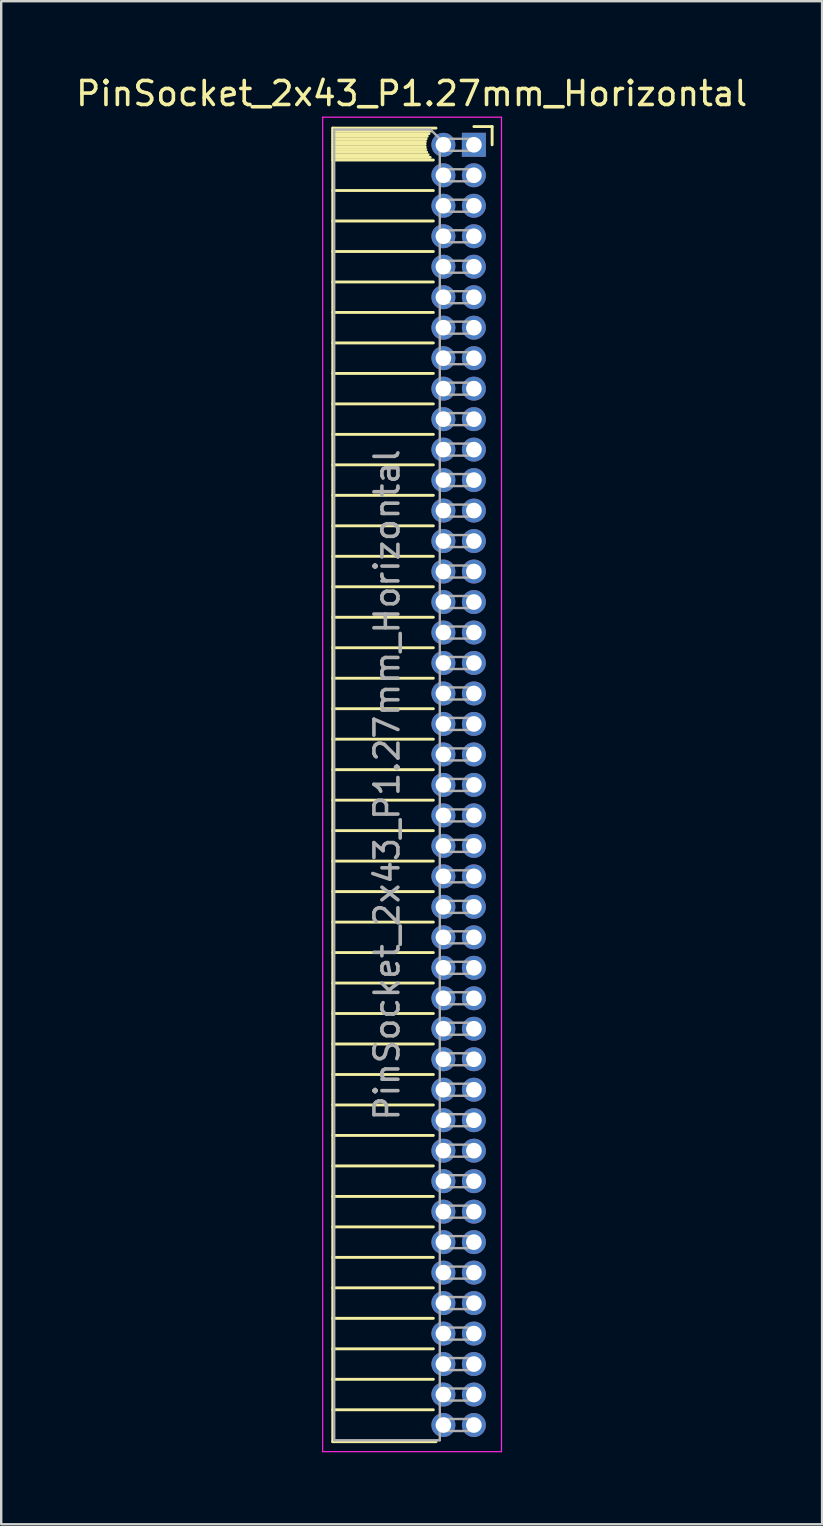
<source format=kicad_pcb>
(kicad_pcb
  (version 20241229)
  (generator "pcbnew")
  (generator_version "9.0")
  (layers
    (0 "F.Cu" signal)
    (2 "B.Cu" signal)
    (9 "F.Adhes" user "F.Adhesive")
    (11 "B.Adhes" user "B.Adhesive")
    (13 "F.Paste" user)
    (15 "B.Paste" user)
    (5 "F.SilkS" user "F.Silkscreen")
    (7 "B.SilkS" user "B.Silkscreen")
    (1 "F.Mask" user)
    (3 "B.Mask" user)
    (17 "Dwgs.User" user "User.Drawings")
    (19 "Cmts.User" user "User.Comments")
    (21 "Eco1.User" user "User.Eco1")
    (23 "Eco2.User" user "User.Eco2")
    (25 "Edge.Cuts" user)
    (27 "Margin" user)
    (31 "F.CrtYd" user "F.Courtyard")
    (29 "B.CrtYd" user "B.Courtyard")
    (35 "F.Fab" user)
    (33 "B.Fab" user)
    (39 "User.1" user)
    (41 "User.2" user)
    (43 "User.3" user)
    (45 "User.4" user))
  (footprint "PinSocket_2x43_P1.27mm_Horizontal"
    (layer "F.Cu")
    (at 16.694 2.983)
    (property "Reference" "PinSocket_2x43_P1.27mm_Horizontal" (at -2.592 -2.135 0) (layer "F.SilkS") (effects (font (size 1 1) (thickness 0.15))))
    (attr through_hole)
    (fp_line (start -5.88 -0.695) (end -5.88 54.035) (stroke (width 0.12) (type solid)) (layer "F.SilkS"))
    (fp_line (start -5.88 -0.695) (end -1.578 -0.695) (stroke (width 0.12) (type solid)) (layer "F.SilkS"))
    (fp_line (start -5.88 -0.575) (end -1.767 -0.575) (stroke (width 0.12) (type solid)) (layer "F.SilkS"))
    (fp_line (start -5.88 -0.465) (end -1.871 -0.465) (stroke (width 0.12) (type solid)) (layer "F.SilkS"))
    (fp_line (start -5.88 -0.355) (end -1.942 -0.355) (stroke (width 0.12) (type solid)) (layer "F.SilkS"))
    (fp_line (start -5.88 -0.245) (end -1.989 -0.245) (stroke (width 0.12) (type solid)) (layer "F.SilkS"))
    (fp_line (start -5.88 -0.135) (end -2.018 -0.135) (stroke (width 0.12) (type solid)) (layer "F.SilkS"))
    (fp_line (start -5.88 -0.025) (end -2.03 -0.025) (stroke (width 0.12) (type solid)) (layer "F.SilkS"))
    (fp_line (start -5.88 0.085) (end -2.025 0.085) (stroke (width 0.12) (type solid)) (layer "F.SilkS"))
    (fp_line (start -5.88 0.195) (end -2.005 0.195) (stroke (width 0.12) (type solid)) (layer "F.SilkS"))
    (fp_line (start -5.88 0.305) (end -1.966 0.305) (stroke (width 0.12) (type solid)) (layer "F.SilkS"))
    (fp_line (start -5.88 0.415) (end -1.907 0.415) (stroke (width 0.12) (type solid)) (layer "F.SilkS"))
    (fp_line (start -5.88 0.525) (end -1.82 0.525) (stroke (width 0.12) (type solid)) (layer "F.SilkS"))
    (fp_line (start -5.88 0.635) (end -1.688 0.635) (stroke (width 0.12) (type solid)) (layer "F.SilkS"))
    (fp_line (start -5.88 1.905) (end -1.688 1.905) (stroke (width 0.12) (type solid)) (layer "F.SilkS"))
    (fp_line (start -5.88 3.175) (end -1.688 3.175) (stroke (width 0.12) (type solid)) (layer "F.SilkS"))
    (fp_line (start -5.88 4.445) (end -1.688 4.445) (stroke (width 0.12) (type solid)) (layer "F.SilkS"))
    (fp_line (start -5.88 5.715) (end -1.688 5.715) (stroke (width 0.12) (type solid)) (layer "F.SilkS"))
    (fp_line (start -5.88 6.985) (end -1.688 6.985) (stroke (width 0.12) (type solid)) (layer "F.SilkS"))
    (fp_line (start -5.88 8.255) (end -1.688 8.255) (stroke (width 0.12) (type solid)) (layer "F.SilkS"))
    (fp_line (start -5.88 9.525) (end -1.688 9.525) (stroke (width 0.12) (type solid)) (layer "F.SilkS"))
    (fp_line (start -5.88 10.795) (end -1.688 10.795) (stroke (width 0.12) (type solid)) (layer "F.SilkS"))
    (fp_line (start -5.88 12.065) (end -1.688 12.065) (stroke (width 0.12) (type solid)) (layer "F.SilkS"))
    (fp_line (start -5.88 13.335) (end -1.688 13.335) (stroke (width 0.12) (type solid)) (layer "F.SilkS"))
    (fp_line (start -5.88 14.605) (end -1.688 14.605) (stroke (width 0.12) (type solid)) (layer "F.SilkS"))
    (fp_line (start -5.88 15.875) (end -1.688 15.875) (stroke (width 0.12) (type solid)) (layer "F.SilkS"))
    (fp_line (start -5.88 17.145) (end -1.688 17.145) (stroke (width 0.12) (type solid)) (layer "F.SilkS"))
    (fp_line (start -5.88 18.415) (end -1.688 18.415) (stroke (width 0.12) (type solid)) (layer "F.SilkS"))
    (fp_line (start -5.88 19.685) (end -1.688 19.685) (stroke (width 0.12) (type solid)) (layer "F.SilkS"))
    (fp_line (start -5.88 20.955) (end -1.688 20.955) (stroke (width 0.12) (type solid)) (layer "F.SilkS"))
    (fp_line (start -5.88 22.225) (end -1.688 22.225) (stroke (width 0.12) (type solid)) (layer "F.SilkS"))
    (fp_line (start -5.88 23.495) (end -1.688 23.495) (stroke (width 0.12) (type solid)) (layer "F.SilkS"))
    (fp_line (start -5.88 24.765) (end -1.688 24.765) (stroke (width 0.12) (type solid)) (layer "F.SilkS"))
    (fp_line (start -5.88 26.035) (end -1.688 26.035) (stroke (width 0.12) (type solid)) (layer "F.SilkS"))
    (fp_line (start -5.88 27.305) (end -1.688 27.305) (stroke (width 0.12) (type solid)) (layer "F.SilkS"))
    (fp_line (start -5.88 28.575) (end -1.688 28.575) (stroke (width 0.12) (type solid)) (layer "F.SilkS"))
    (fp_line (start -5.88 29.845) (end -1.688 29.845) (stroke (width 0.12) (type solid)) (layer "F.SilkS"))
    (fp_line (start -5.88 31.115) (end -1.688 31.115) (stroke (width 0.12) (type solid)) (layer "F.SilkS"))
    (fp_line (start -5.88 32.385) (end -1.688 32.385) (stroke (width 0.12) (type solid)) (layer "F.SilkS"))
    (fp_line (start -5.88 33.655) (end -1.688 33.655) (stroke (width 0.12) (type solid)) (layer "F.SilkS"))
    (fp_line (start -5.88 34.925) (end -1.688 34.925) (stroke (width 0.12) (type solid)) (layer "F.SilkS"))
    (fp_line (start -5.88 36.195) (end -1.688 36.195) (stroke (width 0.12) (type solid)) (layer "F.SilkS"))
    (fp_line (start -5.88 37.465) (end -1.688 37.465) (stroke (width 0.12) (type solid)) (layer "F.SilkS"))
    (fp_line (start -5.88 38.735) (end -1.688 38.735) (stroke (width 0.12) (type solid)) (layer "F.SilkS"))
    (fp_line (start -5.88 40.005) (end -1.688 40.005) (stroke (width 0.12) (type solid)) (layer "F.SilkS"))
    (fp_line (start -5.88 41.275) (end -1.688 41.275) (stroke (width 0.12) (type solid)) (layer "F.SilkS"))
    (fp_line (start -5.88 42.545) (end -1.688 42.545) (stroke (width 0.12) (type solid)) (layer "F.SilkS"))
    (fp_line (start -5.88 43.815) (end -1.688 43.815) (stroke (width 0.12) (type solid)) (layer "F.SilkS"))
    (fp_line (start -5.88 45.085) (end -1.688 45.085) (stroke (width 0.12) (type solid)) (layer "F.SilkS"))
    (fp_line (start -5.88 46.355) (end -1.688 46.355) (stroke (width 0.12) (type solid)) (layer "F.SilkS"))
    (fp_line (start -5.88 47.625) (end -1.688 47.625) (stroke (width 0.12) (type solid)) (layer "F.SilkS"))
    (fp_line (start -5.88 48.895) (end -1.688 48.895) (stroke (width 0.12) (type solid)) (layer "F.SilkS"))
    (fp_line (start -5.88 50.165) (end -1.688 50.165) (stroke (width 0.12) (type solid)) (layer "F.SilkS"))
    (fp_line (start -5.88 51.435) (end -1.688 51.435) (stroke (width 0.12) (type solid)) (layer "F.SilkS"))
    (fp_line (start -5.88 52.705) (end -1.688 52.705) (stroke (width 0.12) (type solid)) (layer "F.SilkS"))
    (fp_line (start -5.88 54.035) (end -1.578 54.035) (stroke (width 0.12) (type solid)) (layer "F.SilkS"))
    (fp_line (start 0 -0.76) (end 0.76 -0.76) (stroke (width 0.12) (type solid)) (layer "F.SilkS"))
    (fp_line (start 0.76 -0.76) (end 0.76 0) (stroke (width 0.12) (type solid)) (layer "F.SilkS"))
    (fp_line (start -6.3 -1.15) (end -6.3 54.45) (stroke (width 0.05) (type solid)) (layer "F.CrtYd"))
    (fp_line (start -6.3 54.45) (end 1.15 54.45) (stroke (width 0.05) (type solid)) (layer "F.CrtYd"))
    (fp_line (start 1.15 -1.15) (end -6.3 -1.15) (stroke (width 0.05) (type solid)) (layer "F.CrtYd"))
    (fp_line (start 1.15 54.45) (end 1.15 -1.15) (stroke (width 0.05) (type solid)) (layer "F.CrtYd"))
    (fp_line (start -5.82 -0.635) (end -1.805 -0.635) (stroke (width 0.1) (type solid)) (layer "F.Fab"))
    (fp_line (start -5.82 53.975) (end -5.82 -0.635) (stroke (width 0.1) (type solid)) (layer "F.Fab"))
    (fp_line (start -1.805 -0.635) (end -1.42 -0.25) (stroke (width 0.1) (type solid)) (layer "F.Fab"))
    (fp_line (start -1.42 -0.25) (end -1.42 53.975) (stroke (width 0.1) (type solid)) (layer "F.Fab"))
    (fp_line (start -1.42 0.25) (end 0 0.25) (stroke (width 0.1) (type solid)) (layer "F.Fab"))
    (fp_line (start -1.42 1.52) (end 0 1.52) (stroke (width 0.1) (type solid)) (layer "F.Fab"))
    (fp_line (start -1.42 2.79) (end 0 2.79) (stroke (width 0.1) (type solid)) (layer "F.Fab"))
    (fp_line (start -1.42 4.06) (end 0 4.06) (stroke (width 0.1) (type solid)) (layer "F.Fab"))
    (fp_line (start -1.42 5.33) (end 0 5.33) (stroke (width 0.1) (type solid)) (layer "F.Fab"))
    (fp_line (start -1.42 6.6) (end 0 6.6) (stroke (width 0.1) (type solid)) (layer "F.Fab"))
    (fp_line (start -1.42 7.87) (end 0 7.87) (stroke (width 0.1) (type solid)) (layer "F.Fab"))
    (fp_line (start -1.42 9.14) (end 0 9.14) (stroke (width 0.1) (type solid)) (layer "F.Fab"))
    (fp_line (start -1.42 10.41) (end 0 10.41) (stroke (width 0.1) (type solid)) (layer "F.Fab"))
    (fp_line (start -1.42 11.68) (end 0 11.68) (stroke (width 0.1) (type solid)) (layer "F.Fab"))
    (fp_line (start -1.42 12.95) (end 0 12.95) (stroke (width 0.1) (type solid)) (layer "F.Fab"))
    (fp_line (start -1.42 14.22) (end 0 14.22) (stroke (width 0.1) (type solid)) (layer "F.Fab"))
    (fp_line (start -1.42 15.49) (end 0 15.49) (stroke (width 0.1) (type solid)) (layer "F.Fab"))
    (fp_line (start -1.42 16.76) (end 0 16.76) (stroke (width 0.1) (type solid)) (layer "F.Fab"))
    (fp_line (start -1.42 18.03) (end 0 18.03) (stroke (width 0.1) (type solid)) (layer "F.Fab"))
    (fp_line (start -1.42 19.3) (end 0 19.3) (stroke (width 0.1) (type solid)) (layer "F.Fab"))
    (fp_line (start -1.42 20.57) (end 0 20.57) (stroke (width 0.1) (type solid)) (layer "F.Fab"))
    (fp_line (start -1.42 21.84) (end 0 21.84) (stroke (width 0.1) (type solid)) (layer "F.Fab"))
    (fp_line (start -1.42 23.11) (end 0 23.11) (stroke (width 0.1) (type solid)) (layer "F.Fab"))
    (fp_line (start -1.42 24.38) (end 0 24.38) (stroke (width 0.1) (type solid)) (layer "F.Fab"))
    (fp_line (start -1.42 25.65) (end 0 25.65) (stroke (width 0.1) (type solid)) (layer "F.Fab"))
    (fp_line (start -1.42 26.92) (end 0 26.92) (stroke (width 0.1) (type solid)) (layer "F.Fab"))
    (fp_line (start -1.42 28.19) (end 0 28.19) (stroke (width 0.1) (type solid)) (layer "F.Fab"))
    (fp_line (start -1.42 29.46) (end 0 29.46) (stroke (width 0.1) (type solid)) (layer "F.Fab"))
    (fp_line (start -1.42 30.73) (end 0 30.73) (stroke (width 0.1) (type solid)) (layer "F.Fab"))
    (fp_line (start -1.42 32) (end 0 32) (stroke (width 0.1) (type solid)) (layer "F.Fab"))
    (fp_line (start -1.42 33.27) (end 0 33.27) (stroke (width 0.1) (type solid)) (layer "F.Fab"))
    (fp_line (start -1.42 34.54) (end 0 34.54) (stroke (width 0.1) (type solid)) (layer "F.Fab"))
    (fp_line (start -1.42 35.81) (end 0 35.81) (stroke (width 0.1) (type solid)) (layer "F.Fab"))
    (fp_line (start -1.42 37.08) (end 0 37.08) (stroke (width 0.1) (type solid)) (layer "F.Fab"))
    (fp_line (start -1.42 38.35) (end 0 38.35) (stroke (width 0.1) (type solid)) (layer "F.Fab"))
    (fp_line (start -1.42 39.62) (end 0 39.62) (stroke (width 0.1) (type solid)) (layer "F.Fab"))
    (fp_line (start -1.42 40.89) (end 0 40.89) (stroke (width 0.1) (type solid)) (layer "F.Fab"))
    (fp_line (start -1.42 42.16) (end 0 42.16) (stroke (width 0.1) (type solid)) (layer "F.Fab"))
    (fp_line (start -1.42 43.43) (end 0 43.43) (stroke (width 0.1) (type solid)) (layer "F.Fab"))
    (fp_line (start -1.42 44.7) (end 0 44.7) (stroke (width 0.1) (type solid)) (layer "F.Fab"))
    (fp_line (start -1.42 45.97) (end 0 45.97) (stroke (width 0.1) (type solid)) (layer "F.Fab"))
    (fp_line (start -1.42 47.24) (end 0 47.24) (stroke (width 0.1) (type solid)) (layer "F.Fab"))
    (fp_line (start -1.42 48.51) (end 0 48.51) (stroke (width 0.1) (type solid)) (layer "F.Fab"))
    (fp_line (start -1.42 49.78) (end 0 49.78) (stroke (width 0.1) (type solid)) (layer "F.Fab"))
    (fp_line (start -1.42 51.05) (end 0 51.05) (stroke (width 0.1) (type solid)) (layer "F.Fab"))
    (fp_line (start -1.42 52.32) (end 0 52.32) (stroke (width 0.1) (type solid)) (layer "F.Fab"))
    (fp_line (start -1.42 53.59) (end 0 53.59) (stroke (width 0.1) (type solid)) (layer "F.Fab"))
    (fp_line (start -1.42 53.975) (end -5.82 53.975) (stroke (width 0.1) (type solid)) (layer "F.Fab"))
    (fp_line (start 0 -0.25) (end -1.42 -0.25) (stroke (width 0.1) (type solid)) (layer "F.Fab"))
    (fp_line (start 0 0.25) (end 0 -0.25) (stroke (width 0.1) (type solid)) (layer "F.Fab"))
    (fp_line (start 0 1.02) (end -1.42 1.02) (stroke (width 0.1) (type solid)) (layer "F.Fab"))
    (fp_line (start 0 1.52) (end 0 1.02) (stroke (width 0.1) (type solid)) (layer "F.Fab"))
    (fp_line (start 0 2.29) (end -1.42 2.29) (stroke (width 0.1) (type solid)) (layer "F.Fab"))
    (fp_line (start 0 2.79) (end 0 2.29) (stroke (width 0.1) (type solid)) (layer "F.Fab"))
    (fp_line (start 0 3.56) (end -1.42 3.56) (stroke (width 0.1) (type solid)) (layer "F.Fab"))
    (fp_line (start 0 4.06) (end 0 3.56) (stroke (width 0.1) (type solid)) (layer "F.Fab"))
    (fp_line (start 0 4.83) (end -1.42 4.83) (stroke (width 0.1) (type solid)) (layer "F.Fab"))
    (fp_line (start 0 5.33) (end 0 4.83) (stroke (width 0.1) (type solid)) (layer "F.Fab"))
    (fp_line (start 0 6.1) (end -1.42 6.1) (stroke (width 0.1) (type solid)) (layer "F.Fab"))
    (fp_line (start 0 6.6) (end 0 6.1) (stroke (width 0.1) (type solid)) (layer "F.Fab"))
    (fp_line (start 0 7.37) (end -1.42 7.37) (stroke (width 0.1) (type solid)) (layer "F.Fab"))
    (fp_line (start 0 7.87) (end 0 7.37) (stroke (width 0.1) (type solid)) (layer "F.Fab"))
    (fp_line (start 0 8.64) (end -1.42 8.64) (stroke (width 0.1) (type solid)) (layer "F.Fab"))
    (fp_line (start 0 9.14) (end 0 8.64) (stroke (width 0.1) (type solid)) (layer "F.Fab"))
    (fp_line (start 0 9.91) (end -1.42 9.91) (stroke (width 0.1) (type solid)) (layer "F.Fab"))
    (fp_line (start 0 10.41) (end 0 9.91) (stroke (width 0.1) (type solid)) (layer "F.Fab"))
    (fp_line (start 0 11.18) (end -1.42 11.18) (stroke (width 0.1) (type solid)) (layer "F.Fab"))
    (fp_line (start 0 11.68) (end 0 11.18) (stroke (width 0.1) (type solid)) (layer "F.Fab"))
    (fp_line (start 0 12.45) (end -1.42 12.45) (stroke (width 0.1) (type solid)) (layer "F.Fab"))
    (fp_line (start 0 12.95) (end 0 12.45) (stroke (width 0.1) (type solid)) (layer "F.Fab"))
    (fp_line (start 0 13.72) (end -1.42 13.72) (stroke (width 0.1) (type solid)) (layer "F.Fab"))
    (fp_line (start 0 14.22) (end 0 13.72) (stroke (width 0.1) (type solid)) (layer "F.Fab"))
    (fp_line (start 0 14.99) (end -1.42 14.99) (stroke (width 0.1) (type solid)) (layer "F.Fab"))
    (fp_line (start 0 15.49) (end 0 14.99) (stroke (width 0.1) (type solid)) (layer "F.Fab"))
    (fp_line (start 0 16.26) (end -1.42 16.26) (stroke (width 0.1) (type solid)) (layer "F.Fab"))
    (fp_line (start 0 16.76) (end 0 16.26) (stroke (width 0.1) (type solid)) (layer "F.Fab"))
    (fp_line (start 0 17.53) (end -1.42 17.53) (stroke (width 0.1) (type solid)) (layer "F.Fab"))
    (fp_line (start 0 18.03) (end 0 17.53) (stroke (width 0.1) (type solid)) (layer "F.Fab"))
    (fp_line (start 0 18.8) (end -1.42 18.8) (stroke (width 0.1) (type solid)) (layer "F.Fab"))
    (fp_line (start 0 19.3) (end 0 18.8) (stroke (width 0.1) (type solid)) (layer "F.Fab"))
    (fp_line (start 0 20.07) (end -1.42 20.07) (stroke (width 0.1) (type solid)) (layer "F.Fab"))
    (fp_line (start 0 20.57) (end 0 20.07) (stroke (width 0.1) (type solid)) (layer "F.Fab"))
    (fp_line (start 0 21.34) (end -1.42 21.34) (stroke (width 0.1) (type solid)) (layer "F.Fab"))
    (fp_line (start 0 21.84) (end 0 21.34) (stroke (width 0.1) (type solid)) (layer "F.Fab"))
    (fp_line (start 0 22.61) (end -1.42 22.61) (stroke (width 0.1) (type solid)) (layer "F.Fab"))
    (fp_line (start 0 23.11) (end 0 22.61) (stroke (width 0.1) (type solid)) (layer "F.Fab"))
    (fp_line (start 0 23.88) (end -1.42 23.88) (stroke (width 0.1) (type solid)) (layer "F.Fab"))
    (fp_line (start 0 24.38) (end 0 23.88) (stroke (width 0.1) (type solid)) (layer "F.Fab"))
    (fp_line (start 0 25.15) (end -1.42 25.15) (stroke (width 0.1) (type solid)) (layer "F.Fab"))
    (fp_line (start 0 25.65) (end 0 25.15) (stroke (width 0.1) (type solid)) (layer "F.Fab"))
    (fp_line (start 0 26.42) (end -1.42 26.42) (stroke (width 0.1) (type solid)) (layer "F.Fab"))
    (fp_line (start 0 26.92) (end 0 26.42) (stroke (width 0.1) (type solid)) (layer "F.Fab"))
    (fp_line (start 0 27.69) (end -1.42 27.69) (stroke (width 0.1) (type solid)) (layer "F.Fab"))
    (fp_line (start 0 28.19) (end 0 27.69) (stroke (width 0.1) (type solid)) (layer "F.Fab"))
    (fp_line (start 0 28.96) (end -1.42 28.96) (stroke (width 0.1) (type solid)) (layer "F.Fab"))
    (fp_line (start 0 29.46) (end 0 28.96) (stroke (width 0.1) (type solid)) (layer "F.Fab"))
    (fp_line (start 0 30.23) (end -1.42 30.23) (stroke (width 0.1) (type solid)) (layer "F.Fab"))
    (fp_line (start 0 30.73) (end 0 30.23) (stroke (width 0.1) (type solid)) (layer "F.Fab"))
    (fp_line (start 0 31.5) (end -1.42 31.5) (stroke (width 0.1) (type solid)) (layer "F.Fab"))
    (fp_line (start 0 32) (end 0 31.5) (stroke (width 0.1) (type solid)) (layer "F.Fab"))
    (fp_line (start 0 32.77) (end -1.42 32.77) (stroke (width 0.1) (type solid)) (layer "F.Fab"))
    (fp_line (start 0 33.27) (end 0 32.77) (stroke (width 0.1) (type solid)) (layer "F.Fab"))
    (fp_line (start 0 34.04) (end -1.42 34.04) (stroke (width 0.1) (type solid)) (layer "F.Fab"))
    (fp_line (start 0 34.54) (end 0 34.04) (stroke (width 0.1) (type solid)) (layer "F.Fab"))
    (fp_line (start 0 35.31) (end -1.42 35.31) (stroke (width 0.1) (type solid)) (layer "F.Fab"))
    (fp_line (start 0 35.81) (end 0 35.31) (stroke (width 0.1) (type solid)) (layer "F.Fab"))
    (fp_line (start 0 36.58) (end -1.42 36.58) (stroke (width 0.1) (type solid)) (layer "F.Fab"))
    (fp_line (start 0 37.08) (end 0 36.58) (stroke (width 0.1) (type solid)) (layer "F.Fab"))
    (fp_line (start 0 37.85) (end -1.42 37.85) (stroke (width 0.1) (type solid)) (layer "F.Fab"))
    (fp_line (start 0 38.35) (end 0 37.85) (stroke (width 0.1) (type solid)) (layer "F.Fab"))
    (fp_line (start 0 39.12) (end -1.42 39.12) (stroke (width 0.1) (type solid)) (layer "F.Fab"))
    (fp_line (start 0 39.62) (end 0 39.12) (stroke (width 0.1) (type solid)) (layer "F.Fab"))
    (fp_line (start 0 40.39) (end -1.42 40.39) (stroke (width 0.1) (type solid)) (layer "F.Fab"))
    (fp_line (start 0 40.89) (end 0 40.39) (stroke (width 0.1) (type solid)) (layer "F.Fab"))
    (fp_line (start 0 41.66) (end -1.42 41.66) (stroke (width 0.1) (type solid)) (layer "F.Fab"))
    (fp_line (start 0 42.16) (end 0 41.66) (stroke (width 0.1) (type solid)) (layer "F.Fab"))
    (fp_line (start 0 42.93) (end -1.42 42.93) (stroke (width 0.1) (type solid)) (layer "F.Fab"))
    (fp_line (start 0 43.43) (end 0 42.93) (stroke (width 0.1) (type solid)) (layer "F.Fab"))
    (fp_line (start 0 44.2) (end -1.42 44.2) (stroke (width 0.1) (type solid)) (layer "F.Fab"))
    (fp_line (start 0 44.7) (end 0 44.2) (stroke (width 0.1) (type solid)) (layer "F.Fab"))
    (fp_line (start 0 45.47) (end -1.42 45.47) (stroke (width 0.1) (type solid)) (layer "F.Fab"))
    (fp_line (start 0 45.97) (end 0 45.47) (stroke (width 0.1) (type solid)) (layer "F.Fab"))
    (fp_line (start 0 46.74) (end -1.42 46.74) (stroke (width 0.1) (type solid)) (layer "F.Fab"))
    (fp_line (start 0 47.24) (end 0 46.74) (stroke (width 0.1) (type solid)) (layer "F.Fab"))
    (fp_line (start 0 48.01) (end -1.42 48.01) (stroke (width 0.1) (type solid)) (layer "F.Fab"))
    (fp_line (start 0 48.51) (end 0 48.01) (stroke (width 0.1) (type solid)) (layer "F.Fab"))
    (fp_line (start 0 49.28) (end -1.42 49.28) (stroke (width 0.1) (type solid)) (layer "F.Fab"))
    (fp_line (start 0 49.78) (end 0 49.28) (stroke (width 0.1) (type solid)) (layer "F.Fab"))
    (fp_line (start 0 50.55) (end -1.42 50.55) (stroke (width 0.1) (type solid)) (layer "F.Fab"))
    (fp_line (start 0 51.05) (end 0 50.55) (stroke (width 0.1) (type solid)) (layer "F.Fab"))
    (fp_line (start 0 51.82) (end -1.42 51.82) (stroke (width 0.1) (type solid)) (layer "F.Fab"))
    (fp_line (start 0 52.32) (end 0 51.82) (stroke (width 0.1) (type solid)) (layer "F.Fab"))
    (fp_line (start 0 53.09) (end -1.42 53.09) (stroke (width 0.1) (type solid)) (layer "F.Fab"))
    (fp_line (start 0 53.59) (end 0 53.09) (stroke (width 0.1) (type solid)) (layer "F.Fab"))
    (fp_text user "${REFERENCE}" (at -3.62 26.67 90) (layer "F.Fab") (effects (font (size 1 1) (thickness 0.15))))
    (pad "1" thru_hole rect (at 0 0) (size 1 1) (drill 0.65) (layers "*.Cu" "*.Mask"))
    (pad "2" thru_hole circle (at -1.27 0) (size 1 1) (drill 0.65) (layers "*.Cu" "*.Mask"))
    (pad "3" thru_hole circle (at 0 1.27) (size 1 1) (drill 0.65) (layers "*.Cu" "*.Mask"))
    (pad "4" thru_hole circle (at -1.27 1.27) (size 1 1) (drill 0.65) (layers "*.Cu" "*.Mask"))
    (pad "5" thru_hole circle (at 0 2.54) (size 1 1) (drill 0.65) (layers "*.Cu" "*.Mask"))
    (pad "6" thru_hole circle (at -1.27 2.54) (size 1 1) (drill 0.65) (layers "*.Cu" "*.Mask"))
    (pad "7" thru_hole circle (at 0 3.81) (size 1 1) (drill 0.65) (layers "*.Cu" "*.Mask"))
    (pad "8" thru_hole circle (at -1.27 3.81) (size 1 1) (drill 0.65) (layers "*.Cu" "*.Mask"))
    (pad "9" thru_hole circle (at 0 5.08) (size 1 1) (drill 0.65) (layers "*.Cu" "*.Mask"))
    (pad "10" thru_hole circle (at -1.27 5.08) (size 1 1) (drill 0.65) (layers "*.Cu" "*.Mask"))
    (pad "11" thru_hole circle (at 0 6.35) (size 1 1) (drill 0.65) (layers "*.Cu" "*.Mask"))
    (pad "12" thru_hole circle (at -1.27 6.35) (size 1 1) (drill 0.65) (layers "*.Cu" "*.Mask"))
    (pad "13" thru_hole circle (at 0 7.62) (size 1 1) (drill 0.65) (layers "*.Cu" "*.Mask"))
    (pad "14" thru_hole circle (at -1.27 7.62) (size 1 1) (drill 0.65) (layers "*.Cu" "*.Mask"))
    (pad "15" thru_hole circle (at 0 8.89) (size 1 1) (drill 0.65) (layers "*.Cu" "*.Mask"))
    (pad "16" thru_hole circle (at -1.27 8.89) (size 1 1) (drill 0.65) (layers "*.Cu" "*.Mask"))
    (pad "17" thru_hole circle (at 0 10.16) (size 1 1) (drill 0.65) (layers "*.Cu" "*.Mask"))
    (pad "18" thru_hole circle (at -1.27 10.16) (size 1 1) (drill 0.65) (layers "*.Cu" "*.Mask"))
    (pad "19" thru_hole circle (at 0 11.43) (size 1 1) (drill 0.65) (layers "*.Cu" "*.Mask"))
    (pad "20" thru_hole circle (at -1.27 11.43) (size 1 1) (drill 0.65) (layers "*.Cu" "*.Mask"))
    (pad "21" thru_hole circle (at 0 12.7) (size 1 1) (drill 0.65) (layers "*.Cu" "*.Mask"))
    (pad "22" thru_hole circle (at -1.27 12.7) (size 1 1) (drill 0.65) (layers "*.Cu" "*.Mask"))
    (pad "23" thru_hole circle (at 0 13.97) (size 1 1) (drill 0.65) (layers "*.Cu" "*.Mask"))
    (pad "24" thru_hole circle (at -1.27 13.97) (size 1 1) (drill 0.65) (layers "*.Cu" "*.Mask"))
    (pad "25" thru_hole circle (at 0 15.24) (size 1 1) (drill 0.65) (layers "*.Cu" "*.Mask"))
    (pad "26" thru_hole circle (at -1.27 15.24) (size 1 1) (drill 0.65) (layers "*.Cu" "*.Mask"))
    (pad "27" thru_hole circle (at 0 16.51) (size 1 1) (drill 0.65) (layers "*.Cu" "*.Mask"))
    (pad "28" thru_hole circle (at -1.27 16.51) (size 1 1) (drill 0.65) (layers "*.Cu" "*.Mask"))
    (pad "29" thru_hole circle (at 0 17.78) (size 1 1) (drill 0.65) (layers "*.Cu" "*.Mask"))
    (pad "30" thru_hole circle (at -1.27 17.78) (size 1 1) (drill 0.65) (layers "*.Cu" "*.Mask"))
    (pad "31" thru_hole circle (at 0 19.05) (size 1 1) (drill 0.65) (layers "*.Cu" "*.Mask"))
    (pad "32" thru_hole circle (at -1.27 19.05) (size 1 1) (drill 0.65) (layers "*.Cu" "*.Mask"))
    (pad "33" thru_hole circle (at 0 20.32) (size 1 1) (drill 0.65) (layers "*.Cu" "*.Mask"))
    (pad "34" thru_hole circle (at -1.27 20.32) (size 1 1) (drill 0.65) (layers "*.Cu" "*.Mask"))
    (pad "35" thru_hole circle (at 0 21.59) (size 1 1) (drill 0.65) (layers "*.Cu" "*.Mask"))
    (pad "36" thru_hole circle (at -1.27 21.59) (size 1 1) (drill 0.65) (layers "*.Cu" "*.Mask"))
    (pad "37" thru_hole circle (at 0 22.86) (size 1 1) (drill 0.65) (layers "*.Cu" "*.Mask"))
    (pad "38" thru_hole circle (at -1.27 22.86) (size 1 1) (drill 0.65) (layers "*.Cu" "*.Mask"))
    (pad "39" thru_hole circle (at 0 24.13) (size 1 1) (drill 0.65) (layers "*.Cu" "*.Mask"))
    (pad "40" thru_hole circle (at -1.27 24.13) (size 1 1) (drill 0.65) (layers "*.Cu" "*.Mask"))
    (pad "41" thru_hole circle (at 0 25.4) (size 1 1) (drill 0.65) (layers "*.Cu" "*.Mask"))
    (pad "42" thru_hole circle (at -1.27 25.4) (size 1 1) (drill 0.65) (layers "*.Cu" "*.Mask"))
    (pad "43" thru_hole circle (at 0 26.67) (size 1 1) (drill 0.65) (layers "*.Cu" "*.Mask"))
    (pad "44" thru_hole circle (at -1.27 26.67) (size 1 1) (drill 0.65) (layers "*.Cu" "*.Mask"))
    (pad "45" thru_hole circle (at 0 27.94) (size 1 1) (drill 0.65) (layers "*.Cu" "*.Mask"))
    (pad "46" thru_hole circle (at -1.27 27.94) (size 1 1) (drill 0.65) (layers "*.Cu" "*.Mask"))
    (pad "47" thru_hole circle (at 0 29.21) (size 1 1) (drill 0.65) (layers "*.Cu" "*.Mask"))
    (pad "48" thru_hole circle (at -1.27 29.21) (size 1 1) (drill 0.65) (layers "*.Cu" "*.Mask"))
    (pad "49" thru_hole circle (at 0 30.48) (size 1 1) (drill 0.65) (layers "*.Cu" "*.Mask"))
    (pad "50" thru_hole circle (at -1.27 30.48) (size 1 1) (drill 0.65) (layers "*.Cu" "*.Mask"))
    (pad "51" thru_hole circle (at 0 31.75) (size 1 1) (drill 0.65) (layers "*.Cu" "*.Mask"))
    (pad "52" thru_hole circle (at -1.27 31.75) (size 1 1) (drill 0.65) (layers "*.Cu" "*.Mask"))
    (pad "53" thru_hole circle (at 0 33.02) (size 1 1) (drill 0.65) (layers "*.Cu" "*.Mask"))
    (pad "54" thru_hole circle (at -1.27 33.02) (size 1 1) (drill 0.65) (layers "*.Cu" "*.Mask"))
    (pad "55" thru_hole circle (at 0 34.29) (size 1 1) (drill 0.65) (layers "*.Cu" "*.Mask"))
    (pad "56" thru_hole circle (at -1.27 34.29) (size 1 1) (drill 0.65) (layers "*.Cu" "*.Mask"))
    (pad "57" thru_hole circle (at 0 35.56) (size 1 1) (drill 0.65) (layers "*.Cu" "*.Mask"))
    (pad "58" thru_hole circle (at -1.27 35.56) (size 1 1) (drill 0.65) (layers "*.Cu" "*.Mask"))
    (pad "59" thru_hole circle (at 0 36.83) (size 1 1) (drill 0.65) (layers "*.Cu" "*.Mask"))
    (pad "60" thru_hole circle (at -1.27 36.83) (size 1 1) (drill 0.65) (layers "*.Cu" "*.Mask"))
    (pad "61" thru_hole circle (at 0 38.1) (size 1 1) (drill 0.65) (layers "*.Cu" "*.Mask"))
    (pad "62" thru_hole circle (at -1.27 38.1) (size 1 1) (drill 0.65) (layers "*.Cu" "*.Mask"))
    (pad "63" thru_hole circle (at 0 39.37) (size 1 1) (drill 0.65) (layers "*.Cu" "*.Mask"))
    (pad "64" thru_hole circle (at -1.27 39.37) (size 1 1) (drill 0.65) (layers "*.Cu" "*.Mask"))
    (pad "65" thru_hole circle (at 0 40.64) (size 1 1) (drill 0.65) (layers "*.Cu" "*.Mask"))
    (pad "66" thru_hole circle (at -1.27 40.64) (size 1 1) (drill 0.65) (layers "*.Cu" "*.Mask"))
    (pad "67" thru_hole circle (at 0 41.91) (size 1 1) (drill 0.65) (layers "*.Cu" "*.Mask"))
    (pad "68" thru_hole circle (at -1.27 41.91) (size 1 1) (drill 0.65) (layers "*.Cu" "*.Mask"))
    (pad "69" thru_hole circle (at 0 43.18) (size 1 1) (drill 0.65) (layers "*.Cu" "*.Mask"))
    (pad "70" thru_hole circle (at -1.27 43.18) (size 1 1) (drill 0.65) (layers "*.Cu" "*.Mask"))
    (pad "71" thru_hole circle (at 0 44.45) (size 1 1) (drill 0.65) (layers "*.Cu" "*.Mask"))
    (pad "72" thru_hole circle (at -1.27 44.45) (size 1 1) (drill 0.65) (layers "*.Cu" "*.Mask"))
    (pad "73" thru_hole circle (at 0 45.72) (size 1 1) (drill 0.65) (layers "*.Cu" "*.Mask"))
    (pad "74" thru_hole circle (at -1.27 45.72) (size 1 1) (drill 0.65) (layers "*.Cu" "*.Mask"))
    (pad "75" thru_hole circle (at 0 46.99) (size 1 1) (drill 0.65) (layers "*.Cu" "*.Mask"))
    (pad "76" thru_hole circle (at -1.27 46.99) (size 1 1) (drill 0.65) (layers "*.Cu" "*.Mask"))
    (pad "77" thru_hole circle (at 0 48.26) (size 1 1) (drill 0.65) (layers "*.Cu" "*.Mask"))
    (pad "78" thru_hole circle (at -1.27 48.26) (size 1 1) (drill 0.65) (layers "*.Cu" "*.Mask"))
    (pad "79" thru_hole circle (at 0 49.53) (size 1 1) (drill 0.65) (layers "*.Cu" "*.Mask"))
    (pad "80" thru_hole circle (at -1.27 49.53) (size 1 1) (drill 0.65) (layers "*.Cu" "*.Mask"))
    (pad "81" thru_hole circle (at 0 50.8) (size 1 1) (drill 0.65) (layers "*.Cu" "*.Mask"))
    (pad "82" thru_hole circle (at -1.27 50.8) (size 1 1) (drill 0.65) (layers "*.Cu" "*.Mask"))
    (pad "83" thru_hole circle (at 0 52.07) (size 1 1) (drill 0.65) (layers "*.Cu" "*.Mask"))
    (pad "84" thru_hole circle (at -1.27 52.07) (size 1 1) (drill 0.65) (layers "*.Cu" "*.Mask"))
    (pad "85" thru_hole circle (at 0 53.34) (size 1 1) (drill 0.65) (layers "*.Cu" "*.Mask"))
    (pad "86" thru_hole circle (at -1.27 53.34) (size 1 1) (drill 0.65) (layers "*.Cu" "*.Mask")))
  (gr_rect
    (start -3 -3)
    (end 31.202 60.458)
    (stroke (width 0.1) (type default))
    (fill no)
    (layer "Edge.Cuts")))
</source>
